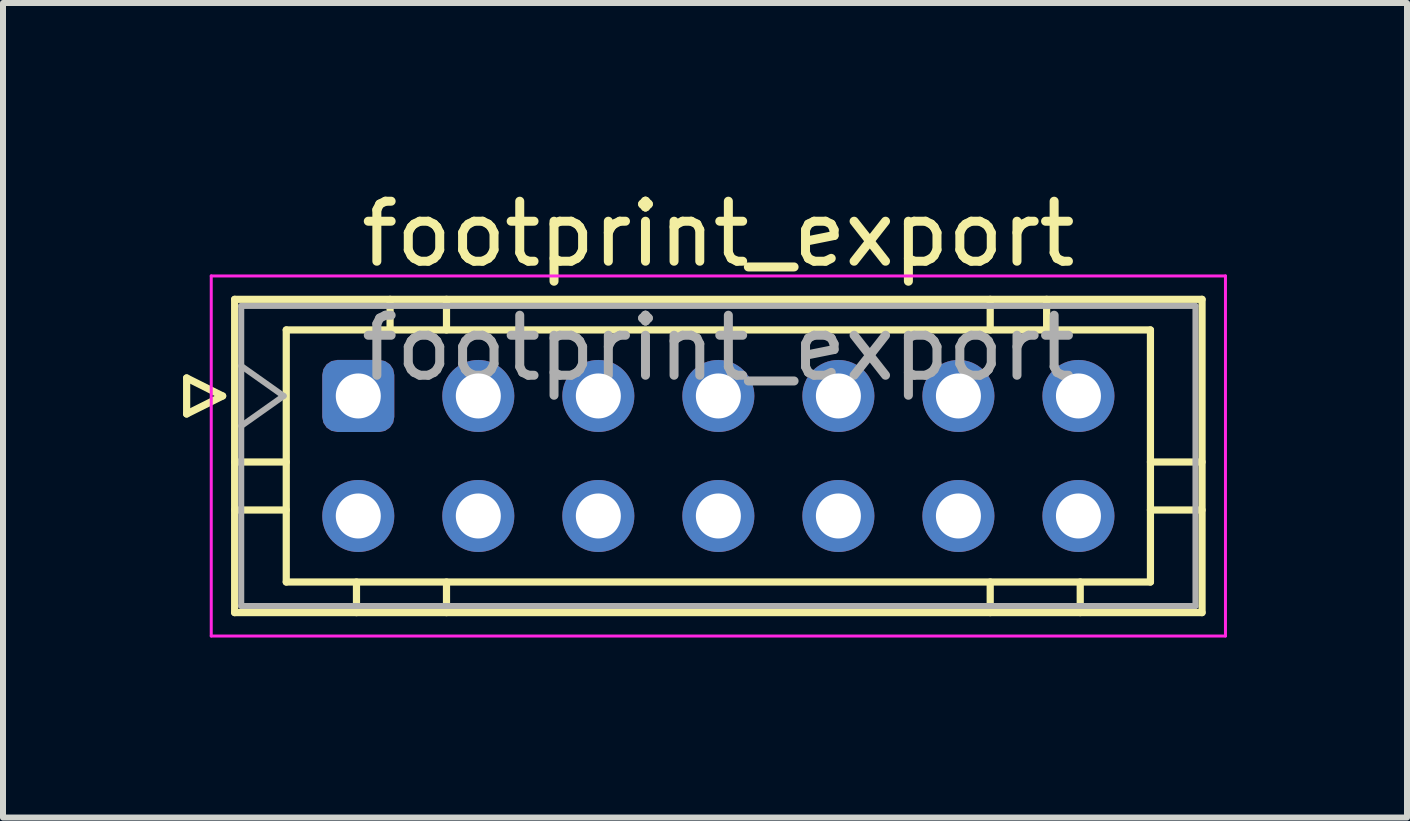
<source format=kicad_pcb>
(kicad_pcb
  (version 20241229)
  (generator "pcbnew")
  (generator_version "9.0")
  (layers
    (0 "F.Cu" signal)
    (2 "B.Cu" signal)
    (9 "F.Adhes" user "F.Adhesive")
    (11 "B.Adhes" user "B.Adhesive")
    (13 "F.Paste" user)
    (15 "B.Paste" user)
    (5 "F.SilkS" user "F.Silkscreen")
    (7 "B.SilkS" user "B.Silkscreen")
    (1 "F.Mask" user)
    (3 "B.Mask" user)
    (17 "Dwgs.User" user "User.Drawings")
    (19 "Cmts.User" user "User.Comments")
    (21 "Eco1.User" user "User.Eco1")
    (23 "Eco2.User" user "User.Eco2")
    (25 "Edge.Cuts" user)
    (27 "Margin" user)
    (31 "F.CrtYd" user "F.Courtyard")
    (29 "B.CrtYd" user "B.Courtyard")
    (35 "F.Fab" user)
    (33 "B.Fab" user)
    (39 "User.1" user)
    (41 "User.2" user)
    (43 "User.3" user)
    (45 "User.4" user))
  (footprint "footprint_export"
    (layer "F.Cu")
    (at 2.92 3.548)
    (property "Reference" "footprint_export" (at 6 -2.7 0) (layer "F.SilkS") (effects (font (size 1 1) (thickness 0.15))))
    (attr through_hole)
    (fp_line (start -2.86 -0.3) (end -2.26 0) (stroke (width 0.12) (type solid)) (layer "F.SilkS"))
    (fp_line (start -2.86 0.3) (end -2.86 -0.3) (stroke (width 0.12) (type solid)) (layer "F.SilkS"))
    (fp_line (start -2.26 0) (end -2.86 0.3) (stroke (width 0.12) (type solid)) (layer "F.SilkS"))
    (fp_line (start -2.06 -1.61) (end -2.06 3.61) (stroke (width 0.12) (type solid)) (layer "F.SilkS"))
    (fp_line (start -2.06 1.1) (end -1.2 1.1) (stroke (width 0.12) (type solid)) (layer "F.SilkS"))
    (fp_line (start -2.06 1.9) (end -1.2 1.9) (stroke (width 0.12) (type solid)) (layer "F.SilkS"))
    (fp_line (start -2.06 3.61) (end 14.06 3.61) (stroke (width 0.12) (type solid)) (layer "F.SilkS"))
    (fp_line (start -1.2 -1.1) (end -1.2 3.1) (stroke (width 0.12) (type solid)) (layer "F.SilkS"))
    (fp_line (start -1.2 3.1) (end 13.2 3.1) (stroke (width 0.12) (type solid)) (layer "F.SilkS"))
    (fp_line (start -0.03 3.61) (end -0.03 3.1) (stroke (width 0.12) (type solid)) (layer "F.SilkS"))
    (fp_line (start 0.53 -1.61) (end 0.53 -1.1) (stroke (width 0.12) (type solid)) (layer "F.SilkS"))
    (fp_line (start 1.47 -1.61) (end 1.47 -1.1) (stroke (width 0.12) (type solid)) (layer "F.SilkS"))
    (fp_line (start 1.47 3.61) (end 1.47 3.1) (stroke (width 0.12) (type solid)) (layer "F.SilkS"))
    (fp_line (start 10.53 -1.61) (end 10.53 -1.1) (stroke (width 0.12) (type solid)) (layer "F.SilkS"))
    (fp_line (start 10.53 3.61) (end 10.53 3.1) (stroke (width 0.12) (type solid)) (layer "F.SilkS"))
    (fp_line (start 11.47 -1.61) (end 11.47 -1.1) (stroke (width 0.12) (type solid)) (layer "F.SilkS"))
    (fp_line (start 12.03 3.61) (end 12.03 3.1) (stroke (width 0.12) (type solid)) (layer "F.SilkS"))
    (fp_line (start 13.2 -1.1) (end -1.2 -1.1) (stroke (width 0.12) (type solid)) (layer "F.SilkS"))
    (fp_line (start 13.2 3.1) (end 13.2 -1.1) (stroke (width 0.12) (type solid)) (layer "F.SilkS"))
    (fp_line (start 14.06 -1.61) (end -2.06 -1.61) (stroke (width 0.12) (type solid)) (layer "F.SilkS"))
    (fp_line (start 14.06 1.1) (end 13.2 1.1) (stroke (width 0.12) (type solid)) (layer "F.SilkS"))
    (fp_line (start 14.06 1.9) (end 13.2 1.9) (stroke (width 0.12) (type solid)) (layer "F.SilkS"))
    (fp_line (start 14.06 3.61) (end 14.06 -1.61) (stroke (width 0.12) (type solid)) (layer "F.SilkS"))
    (fp_line (start -2.45 -2) (end -2.45 4) (stroke (width 0.05) (type solid)) (layer "F.CrtYd"))
    (fp_line (start -2.45 4) (end 14.45 4) (stroke (width 0.05) (type solid)) (layer "F.CrtYd"))
    (fp_line (start 14.45 -2) (end -2.45 -2) (stroke (width 0.05) (type solid)) (layer "F.CrtYd"))
    (fp_line (start 14.45 4) (end 14.45 -2) (stroke (width 0.05) (type solid)) (layer "F.CrtYd"))
    (fp_line (start -1.95 -1.5) (end -1.95 3.5) (stroke (width 0.1) (type solid)) (layer "F.Fab"))
    (fp_line (start -1.95 0.5) (end -1.243 0) (stroke (width 0.1) (type solid)) (layer "F.Fab"))
    (fp_line (start -1.95 3.5) (end 13.95 3.5) (stroke (width 0.1) (type solid)) (layer "F.Fab"))
    (fp_line (start -1.243 0) (end -1.95 -0.5) (stroke (width 0.1) (type solid)) (layer "F.Fab"))
    (fp_line (start 13.95 -1.5) (end -1.95 -1.5) (stroke (width 0.1) (type solid)) (layer "F.Fab"))
    (fp_line (start 13.95 3.5) (end 13.95 -1.5) (stroke (width 0.1) (type solid)) (layer "F.Fab"))
    (fp_text user "${REFERENCE}" (at 6 -0.8 0) (layer "F.Fab") (effects (font (size 1 1) (thickness 0.15))))
    (pad "1" thru_hole roundrect (at 0 0) (size 1.2 1.2) (drill 0.75) (layers "*.Cu" "*.Mask") (roundrect_rratio 0.208))
    (pad "2" thru_hole circle (at 0 2) (size 1.2 1.2) (drill 0.75) (layers "*.Cu" "*.Mask"))
    (pad "3" thru_hole circle (at 2 0) (size 1.2 1.2) (drill 0.75) (layers "*.Cu" "*.Mask"))
    (pad "4" thru_hole circle (at 2 2) (size 1.2 1.2) (drill 0.75) (layers "*.Cu" "*.Mask"))
    (pad "5" thru_hole circle (at 4 0) (size 1.2 1.2) (drill 0.75) (layers "*.Cu" "*.Mask"))
    (pad "6" thru_hole circle (at 4 2) (size 1.2 1.2) (drill 0.75) (layers "*.Cu" "*.Mask"))
    (pad "7" thru_hole circle (at 6 0) (size 1.2 1.2) (drill 0.75) (layers "*.Cu" "*.Mask"))
    (pad "8" thru_hole circle (at 6 2) (size 1.2 1.2) (drill 0.75) (layers "*.Cu" "*.Mask"))
    (pad "9" thru_hole circle (at 8 0) (size 1.2 1.2) (drill 0.75) (layers "*.Cu" "*.Mask"))
    (pad "10" thru_hole circle (at 8 2) (size 1.2 1.2) (drill 0.75) (layers "*.Cu" "*.Mask"))
    (pad "11" thru_hole circle (at 10 0) (size 1.2 1.2) (drill 0.75) (layers "*.Cu" "*.Mask"))
    (pad "12" thru_hole circle (at 10 2) (size 1.2 1.2) (drill 0.75) (layers "*.Cu" "*.Mask"))
    (pad "13" thru_hole circle (at 12 0) (size 1.2 1.2) (drill 0.75) (layers "*.Cu" "*.Mask"))
    (pad "14" thru_hole circle (at 12 2) (size 1.2 1.2) (drill 0.75) (layers "*.Cu" "*.Mask")))
  (gr_rect
    (start -3 -3)
    (end 20.395 10.573)
    (stroke (width 0.1) (type default))
    (fill no)
    (layer "Edge.Cuts")))
</source>
